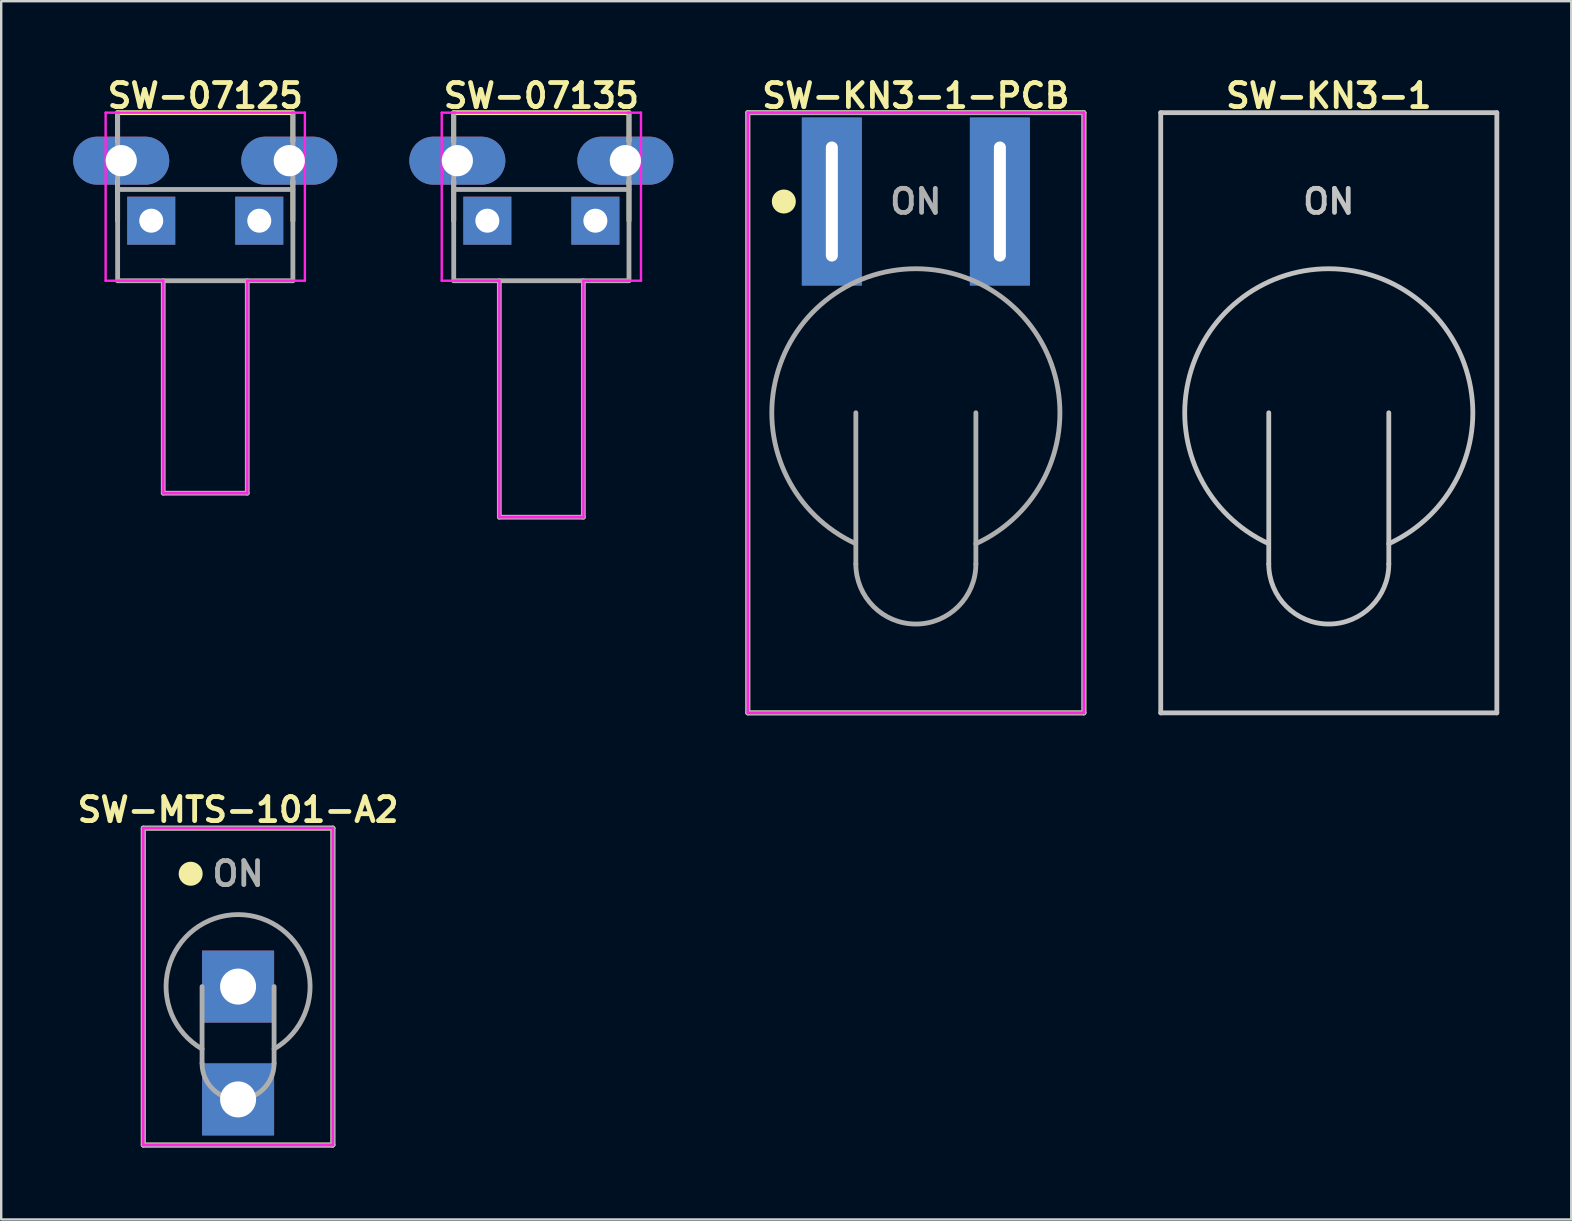
<source format=kicad_pcb>
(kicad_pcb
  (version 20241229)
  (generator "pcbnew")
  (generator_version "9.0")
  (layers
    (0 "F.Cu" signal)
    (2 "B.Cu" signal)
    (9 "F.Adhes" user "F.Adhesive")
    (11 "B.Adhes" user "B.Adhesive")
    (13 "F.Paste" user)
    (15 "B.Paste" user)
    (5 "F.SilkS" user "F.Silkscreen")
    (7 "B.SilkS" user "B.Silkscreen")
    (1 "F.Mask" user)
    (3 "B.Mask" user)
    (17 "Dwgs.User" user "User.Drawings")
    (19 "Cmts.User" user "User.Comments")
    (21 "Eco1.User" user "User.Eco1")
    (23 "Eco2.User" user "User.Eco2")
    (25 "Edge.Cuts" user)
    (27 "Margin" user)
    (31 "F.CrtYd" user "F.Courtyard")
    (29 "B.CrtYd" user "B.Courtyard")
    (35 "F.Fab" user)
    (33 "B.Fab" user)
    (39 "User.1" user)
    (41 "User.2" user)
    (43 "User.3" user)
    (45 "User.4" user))
  (footprint "SW-KN3-1-PCB"
    (layer "F.Cu")
    (at 35.1 14.144)
    (property "Reference" "SW-KN3-1-PCB" (at 0 -13.208 0) (layer "F.SilkS") (effects (font (size 1 1) (thickness 0.2))))
    (attr through_hole)
    (fp_line (start -7 -12.5) (end -7 12.5) (stroke (width 0.2) (type solid)) (layer "F.SilkS"))
    (fp_line (start -7 -12.5) (end 7 -12.5) (stroke (width 0.2) (type solid)) (layer "F.SilkS"))
    (fp_line (start -7 12.5) (end 7 12.5) (stroke (width 0.2) (type solid)) (layer "F.SilkS"))
    (fp_line (start 7 -12.5) (end 7 12.5) (stroke (width 0.2) (type solid)) (layer "F.SilkS"))
    (fp_circle (center -5.5 -8.8) (end -5.25 -8.8) (stroke (width 0.5) (type solid)) (fill no) (layer "F.SilkS"))
    (fp_circle (center 0 0) (end 6.5 0) (stroke (width 0.4) (type solid)) (fill no) (layer "Eco1.User"))
    (fp_line (start -7 -12.5) (end -7 12.5) (stroke (width 0.1) (type solid)) (layer "F.CrtYd"))
    (fp_line (start -7 -12.5) (end 7 -12.5) (stroke (width 0.1) (type solid)) (layer "F.CrtYd"))
    (fp_line (start -7 12.5) (end 7 12.5) (stroke (width 0.1) (type solid)) (layer "F.CrtYd"))
    (fp_line (start 7 -12.5) (end 7 12.5) (stroke (width 0.1) (type solid)) (layer "F.CrtYd"))
    (fp_line (start -7 -12.5) (end -7 12.5) (stroke (width 0.2) (type solid)) (layer "F.Fab"))
    (fp_line (start -7 -12.5) (end 7 -12.5) (stroke (width 0.2) (type solid)) (layer "F.Fab"))
    (fp_line (start -7 12.5) (end 7 12.5) (stroke (width 0.2) (type solid)) (layer "F.Fab"))
    (fp_line (start -2.5 0) (end -2.5 6.3) (stroke (width 0.2) (type solid)) (layer "F.Fab"))
    (fp_line (start 2.5 0) (end 2.5 6.3) (stroke (width 0.2) (type solid)) (layer "F.Fab"))
    (fp_line (start 7 -12.5) (end 7 12.5) (stroke (width 0.2) (type solid)) (layer "F.Fab"))
    (fp_arc (start -2.504889 5.452113) (mid 0.002689 -6) (end 2.5 5.454356) (stroke (width 0.2) (type solid)) (layer "F.Fab"))
    (fp_arc (start 2.5 6.3) (mid 0 8.8) (end -2.5 6.3) (stroke (width 0.2) (type solid)) (layer "F.Fab"))
    (fp_text user "ON" (at 0 -8.8 0) (layer "F.Fab") (effects (font (size 1 1) (thickness 0.2))))
    (pad "COM" thru_hole rect (at -3.5 -8.8) (size 2.5 7) (drill oval 0.5 5) (layers "B.Cu" "B.Mask"))
    (pad "NO" thru_hole rect (at 3.5 -8.8) (size 2.5 7) (drill oval 0.5 5) (layers "B.Cu" "B.Mask")))
  (footprint "SW-07125"
    (layer "F.Cu")
    (at 5.5 6.143)
    (property "Reference" "SW-07125" (at 0 -5.207 0) (layer "F.SilkS") (effects (font (size 1 1) (thickness 0.2))))
    (attr through_hole)
    (fp_line (start -3.65 -4.5) (end -3.65 -3.302) (stroke (width 0.2) (type solid)) (layer "F.SilkS"))
    (fp_line (start -3.65 -4.5) (end 3.65 -4.5) (stroke (width 0.2) (type solid)) (layer "F.SilkS"))
    (fp_line (start -3.65 -1.651) (end -3.65 0) (stroke (width 0.2) (type solid)) (layer "F.SilkS"))
    (fp_line (start 3.65 -4.5) (end 3.65 -3.302) (stroke (width 0.2) (type solid)) (layer "F.SilkS"))
    (fp_line (start 3.65 -1.651) (end 3.65 0) (stroke (width 0.2) (type solid)) (layer "F.SilkS"))
    (fp_line (start -4.15 -4.5) (end -4.15 2.5) (stroke (width 0.1) (type solid)) (layer "F.CrtYd"))
    (fp_line (start -4.15 -4.5) (end 4.15 -4.5) (stroke (width 0.1) (type solid)) (layer "F.CrtYd"))
    (fp_line (start -4.15 2.5) (end -1.75 2.5) (stroke (width 0.1) (type solid)) (layer "F.CrtYd"))
    (fp_line (start -1.75 2.5) (end -1.75 11.35) (stroke (width 0.1) (type solid)) (layer "F.CrtYd"))
    (fp_line (start -1.75 11.35) (end 1.75 11.35) (stroke (width 0.1) (type solid)) (layer "F.CrtYd"))
    (fp_line (start 1.75 2.5) (end 1.75 11.35) (stroke (width 0.1) (type solid)) (layer "F.CrtYd"))
    (fp_line (start 1.75 2.5) (end 4.15 2.5) (stroke (width 0.1) (type solid)) (layer "F.CrtYd"))
    (fp_line (start 4.15 -4.5) (end 4.15 2.5) (stroke (width 0.1) (type solid)) (layer "F.CrtYd"))
    (fp_line (start -3.65 -4.5) (end -3.65 2.5) (stroke (width 0.2) (type solid)) (layer "F.Fab"))
    (fp_line (start -3.65 -1.3) (end 3.65 -1.3) (stroke (width 0.2) (type solid)) (layer "F.Fab"))
    (fp_line (start -3.65 2.5) (end 3.65 2.5) (stroke (width 0.2) (type solid)) (layer "F.Fab"))
    (fp_line (start -1.75 2.5) (end -1.75 11.35) (stroke (width 0.2) (type solid)) (layer "F.Fab"))
    (fp_line (start -1.75 11.35) (end 1.75 11.35) (stroke (width 0.2) (type solid)) (layer "F.Fab"))
    (fp_line (start 1.75 2.5) (end 1.75 11.35) (stroke (width 0.2) (type solid)) (layer "F.Fab"))
    (fp_line (start 3.65 -4.5) (end 3.65 2.5) (stroke (width 0.2) (type solid)) (layer "F.Fab"))
    (pad "0" thru_hole oval (at -3.5 -2.5) (size 4 2) (drill 1.3) (layers "B.Cu" "B.Mask"))
    (pad "0" thru_hole oval (at 3.5 -2.5) (size 4 2) (drill 1.3) (layers "B.Cu" "B.Mask"))
    (pad "COM" thru_hole rect (at 2.25 0) (size 2 2) (drill 1) (layers "B.Cu" "B.Mask"))
    (pad "NO" thru_hole rect (at -2.25 0) (size 2 2) (drill 1) (layers "B.Cu" "B.Mask")))
  (footprint "SW-KN3-1"
    (layer "F.Cu")
    (at 52.3 14.144)
    (property "Reference" "SW-KN3-1" (at 0 -13.208 0) (layer "F.SilkS") (effects (font (size 1 1) (thickness 0.2))))
    (attr through_hole)
    (fp_line (start -7 -12.5) (end -7 12.5) (stroke (width 0.2) (type solid)) (layer "Dwgs.User"))
    (fp_line (start -7 -12.5) (end 7 -12.5) (stroke (width 0.2) (type solid)) (layer "Dwgs.User"))
    (fp_line (start -7 12.5) (end 7 12.5) (stroke (width 0.2) (type solid)) (layer "Dwgs.User"))
    (fp_line (start -2.5 0) (end -2.5 6.3) (stroke (width 0.2) (type solid)) (layer "Dwgs.User"))
    (fp_line (start 2.5 0) (end 2.5 6.3) (stroke (width 0.2) (type solid)) (layer "Dwgs.User"))
    (fp_line (start 7 -12.5) (end 7 12.5) (stroke (width 0.2) (type solid)) (layer "Dwgs.User"))
    (fp_arc (start -2.504889 5.452113) (mid 0.002689 -6) (end 2.5 5.454356) (stroke (width 0.2) (type solid)) (layer "Dwgs.User"))
    (fp_arc (start 2.5 6.3) (mid 0 8.8) (end -2.5 6.3) (stroke (width 0.2) (type solid)) (layer "Dwgs.User"))
    (fp_circle (center 0 0) (end 6.5 0) (stroke (width 0.4) (type solid)) (fill no) (layer "Eco1.User"))
    (fp_text user "ON" (at 0 -8.8 0) (layer "Dwgs.User") (effects (font (size 1 1) (thickness 0.2)))))
  (footprint "SW-MTS-101-A2"
    (layer "F.Cu")
    (at 6.867 38.046)
    (property "Reference" "SW-MTS-101-A2" (at 0 -7.366 0) (layer "F.SilkS") (effects (font (size 1 1) (thickness 0.2))))
    (attr through_hole)
    (fp_line (start -3.95 -6.6) (end -3.95 6.6) (stroke (width 0.2) (type solid)) (layer "F.SilkS"))
    (fp_line (start -3.95 -6.6) (end 3.95 -6.6) (stroke (width 0.2) (type solid)) (layer "F.SilkS"))
    (fp_line (start -3.95 6.6) (end 3.95 6.6) (stroke (width 0.2) (type solid)) (layer "F.SilkS"))
    (fp_line (start 3.95 -6.6) (end 3.95 6.6) (stroke (width 0.2) (type solid)) (layer "F.SilkS"))
    (fp_circle (center -1.975 -4.7) (end -1.725 -4.7) (stroke (width 0.5) (type solid)) (fill no) (layer "F.SilkS"))
    (fp_circle (center 0 0) (end 3.2 0) (stroke (width 0.4) (type solid)) (fill no) (layer "Eco1.User"))
    (fp_line (start -3.95 -6.6) (end -3.95 6.6) (stroke (width 0.1) (type solid)) (layer "F.CrtYd"))
    (fp_line (start -3.95 -6.6) (end 3.95 -6.6) (stroke (width 0.1) (type solid)) (layer "F.CrtYd"))
    (fp_line (start -3.95 6.6) (end 3.95 6.6) (stroke (width 0.1) (type solid)) (layer "F.CrtYd"))
    (fp_line (start 3.95 -6.6) (end 3.95 6.6) (stroke (width 0.1) (type solid)) (layer "F.CrtYd"))
    (fp_line (start -3.95 -6.6) (end -3.95 6.6) (stroke (width 0.2) (type solid)) (layer "F.Fab"))
    (fp_line (start -3.95 -6.6) (end 3.95 -6.6) (stroke (width 0.2) (type solid)) (layer "F.Fab"))
    (fp_line (start -3.95 6.6) (end 3.95 6.6) (stroke (width 0.2) (type solid)) (layer "F.Fab"))
    (fp_line (start -1.5 0) (end -1.5 3.2) (stroke (width 0.2) (type solid)) (layer "F.Fab"))
    (fp_line (start 1.5 0) (end 1.5 3.2) (stroke (width 0.2) (type solid)) (layer "F.Fab"))
    (fp_line (start 3.95 -6.6) (end 3.95 6.6) (stroke (width 0.2) (type solid)) (layer "F.Fab"))
    (fp_arc (start -1.5 2.598076) (mid 0 -3) (end 1.5 2.598076) (stroke (width 0.2) (type solid)) (layer "F.Fab"))
    (fp_arc (start 1.5 3.2) (mid 0 4.7) (end -1.5 3.2) (stroke (width 0.2) (type solid)) (layer "F.Fab"))
    (fp_text user "ON" (at 0 -4.7 0) (layer "F.Fab") (effects (font (size 1 1) (thickness 0.2))))
    (pad "COM" thru_hole rect (at 0 0) (size 3 3) (drill 1.5) (layers "B.Cu" "B.Mask"))
    (pad "NO" thru_hole rect (at 0 4.7) (size 3 3) (drill 1.5) (layers "B.Cu" "B.Mask")))
  (footprint "SW-07135"
    (layer "F.Cu")
    (at 19.5 6.143)
    (property "Reference" "SW-07135" (at 0 -5.207 0) (layer "F.SilkS") (effects (font (size 1 1) (thickness 0.2))))
    (attr through_hole)
    (fp_line (start -3.65 -4.5) (end -3.65 -3.302) (stroke (width 0.2) (type solid)) (layer "F.SilkS"))
    (fp_line (start -3.65 -4.5) (end 3.65 -4.5) (stroke (width 0.2) (type solid)) (layer "F.SilkS"))
    (fp_line (start -3.65 -1.651) (end -3.65 0) (stroke (width 0.2) (type solid)) (layer "F.SilkS"))
    (fp_line (start 3.65 -4.5) (end 3.65 -3.302) (stroke (width 0.2) (type solid)) (layer "F.SilkS"))
    (fp_line (start 3.65 -1.651) (end 3.65 0) (stroke (width 0.2) (type solid)) (layer "F.SilkS"))
    (fp_line (start -4.15 -4.5) (end -4.15 2.5) (stroke (width 0.1) (type solid)) (layer "F.CrtYd"))
    (fp_line (start -4.15 -4.5) (end 4.15 -4.5) (stroke (width 0.1) (type solid)) (layer "F.CrtYd"))
    (fp_line (start -4.15 2.5) (end -1.75 2.5) (stroke (width 0.1) (type solid)) (layer "F.CrtYd"))
    (fp_line (start -1.75 2.5) (end -1.75 12.35) (stroke (width 0.1) (type solid)) (layer "F.CrtYd"))
    (fp_line (start -1.75 12.35) (end 1.75 12.35) (stroke (width 0.1) (type solid)) (layer "F.CrtYd"))
    (fp_line (start 1.75 2.5) (end 1.75 12.35) (stroke (width 0.1) (type solid)) (layer "F.CrtYd"))
    (fp_line (start 1.75 2.5) (end 4.15 2.5) (stroke (width 0.1) (type solid)) (layer "F.CrtYd"))
    (fp_line (start 4.15 -4.5) (end 4.15 2.5) (stroke (width 0.1) (type solid)) (layer "F.CrtYd"))
    (fp_line (start -3.65 -4.5) (end -3.65 2.5) (stroke (width 0.2) (type solid)) (layer "F.Fab"))
    (fp_line (start -3.65 -1.3) (end 3.65 -1.3) (stroke (width 0.2) (type solid)) (layer "F.Fab"))
    (fp_line (start -3.65 2.5) (end 3.65 2.5) (stroke (width 0.2) (type solid)) (layer "F.Fab"))
    (fp_line (start -1.75 2.5) (end -1.75 12.35) (stroke (width 0.2) (type solid)) (layer "F.Fab"))
    (fp_line (start -1.75 12.35) (end 1.75 12.35) (stroke (width 0.2) (type solid)) (layer "F.Fab"))
    (fp_line (start 1.75 2.5) (end 1.75 12.35) (stroke (width 0.2) (type solid)) (layer "F.Fab"))
    (fp_line (start 3.65 -4.5) (end 3.65 2.5) (stroke (width 0.2) (type solid)) (layer "F.Fab"))
    (pad "0" thru_hole oval (at -3.5 -2.5) (size 4 2) (drill 1.3) (layers "B.Cu" "B.Mask"))
    (pad "0" thru_hole oval (at 3.5 -2.5) (size 4 2) (drill 1.3) (layers "B.Cu" "B.Mask"))
    (pad "COM" thru_hole rect (at 2.25 0) (size 2 2) (drill 1) (layers "B.Cu" "B.Mask"))
    (pad "NO" thru_hole rect (at -2.25 0) (size 2 2) (drill 1) (layers "B.Cu" "B.Mask")))
  (gr_rect
    (start -3 -3)
    (end 62.4 47.746)
    (stroke (width 0.1) (type default))
    (fill no)
    (layer "Edge.Cuts")))
</source>
